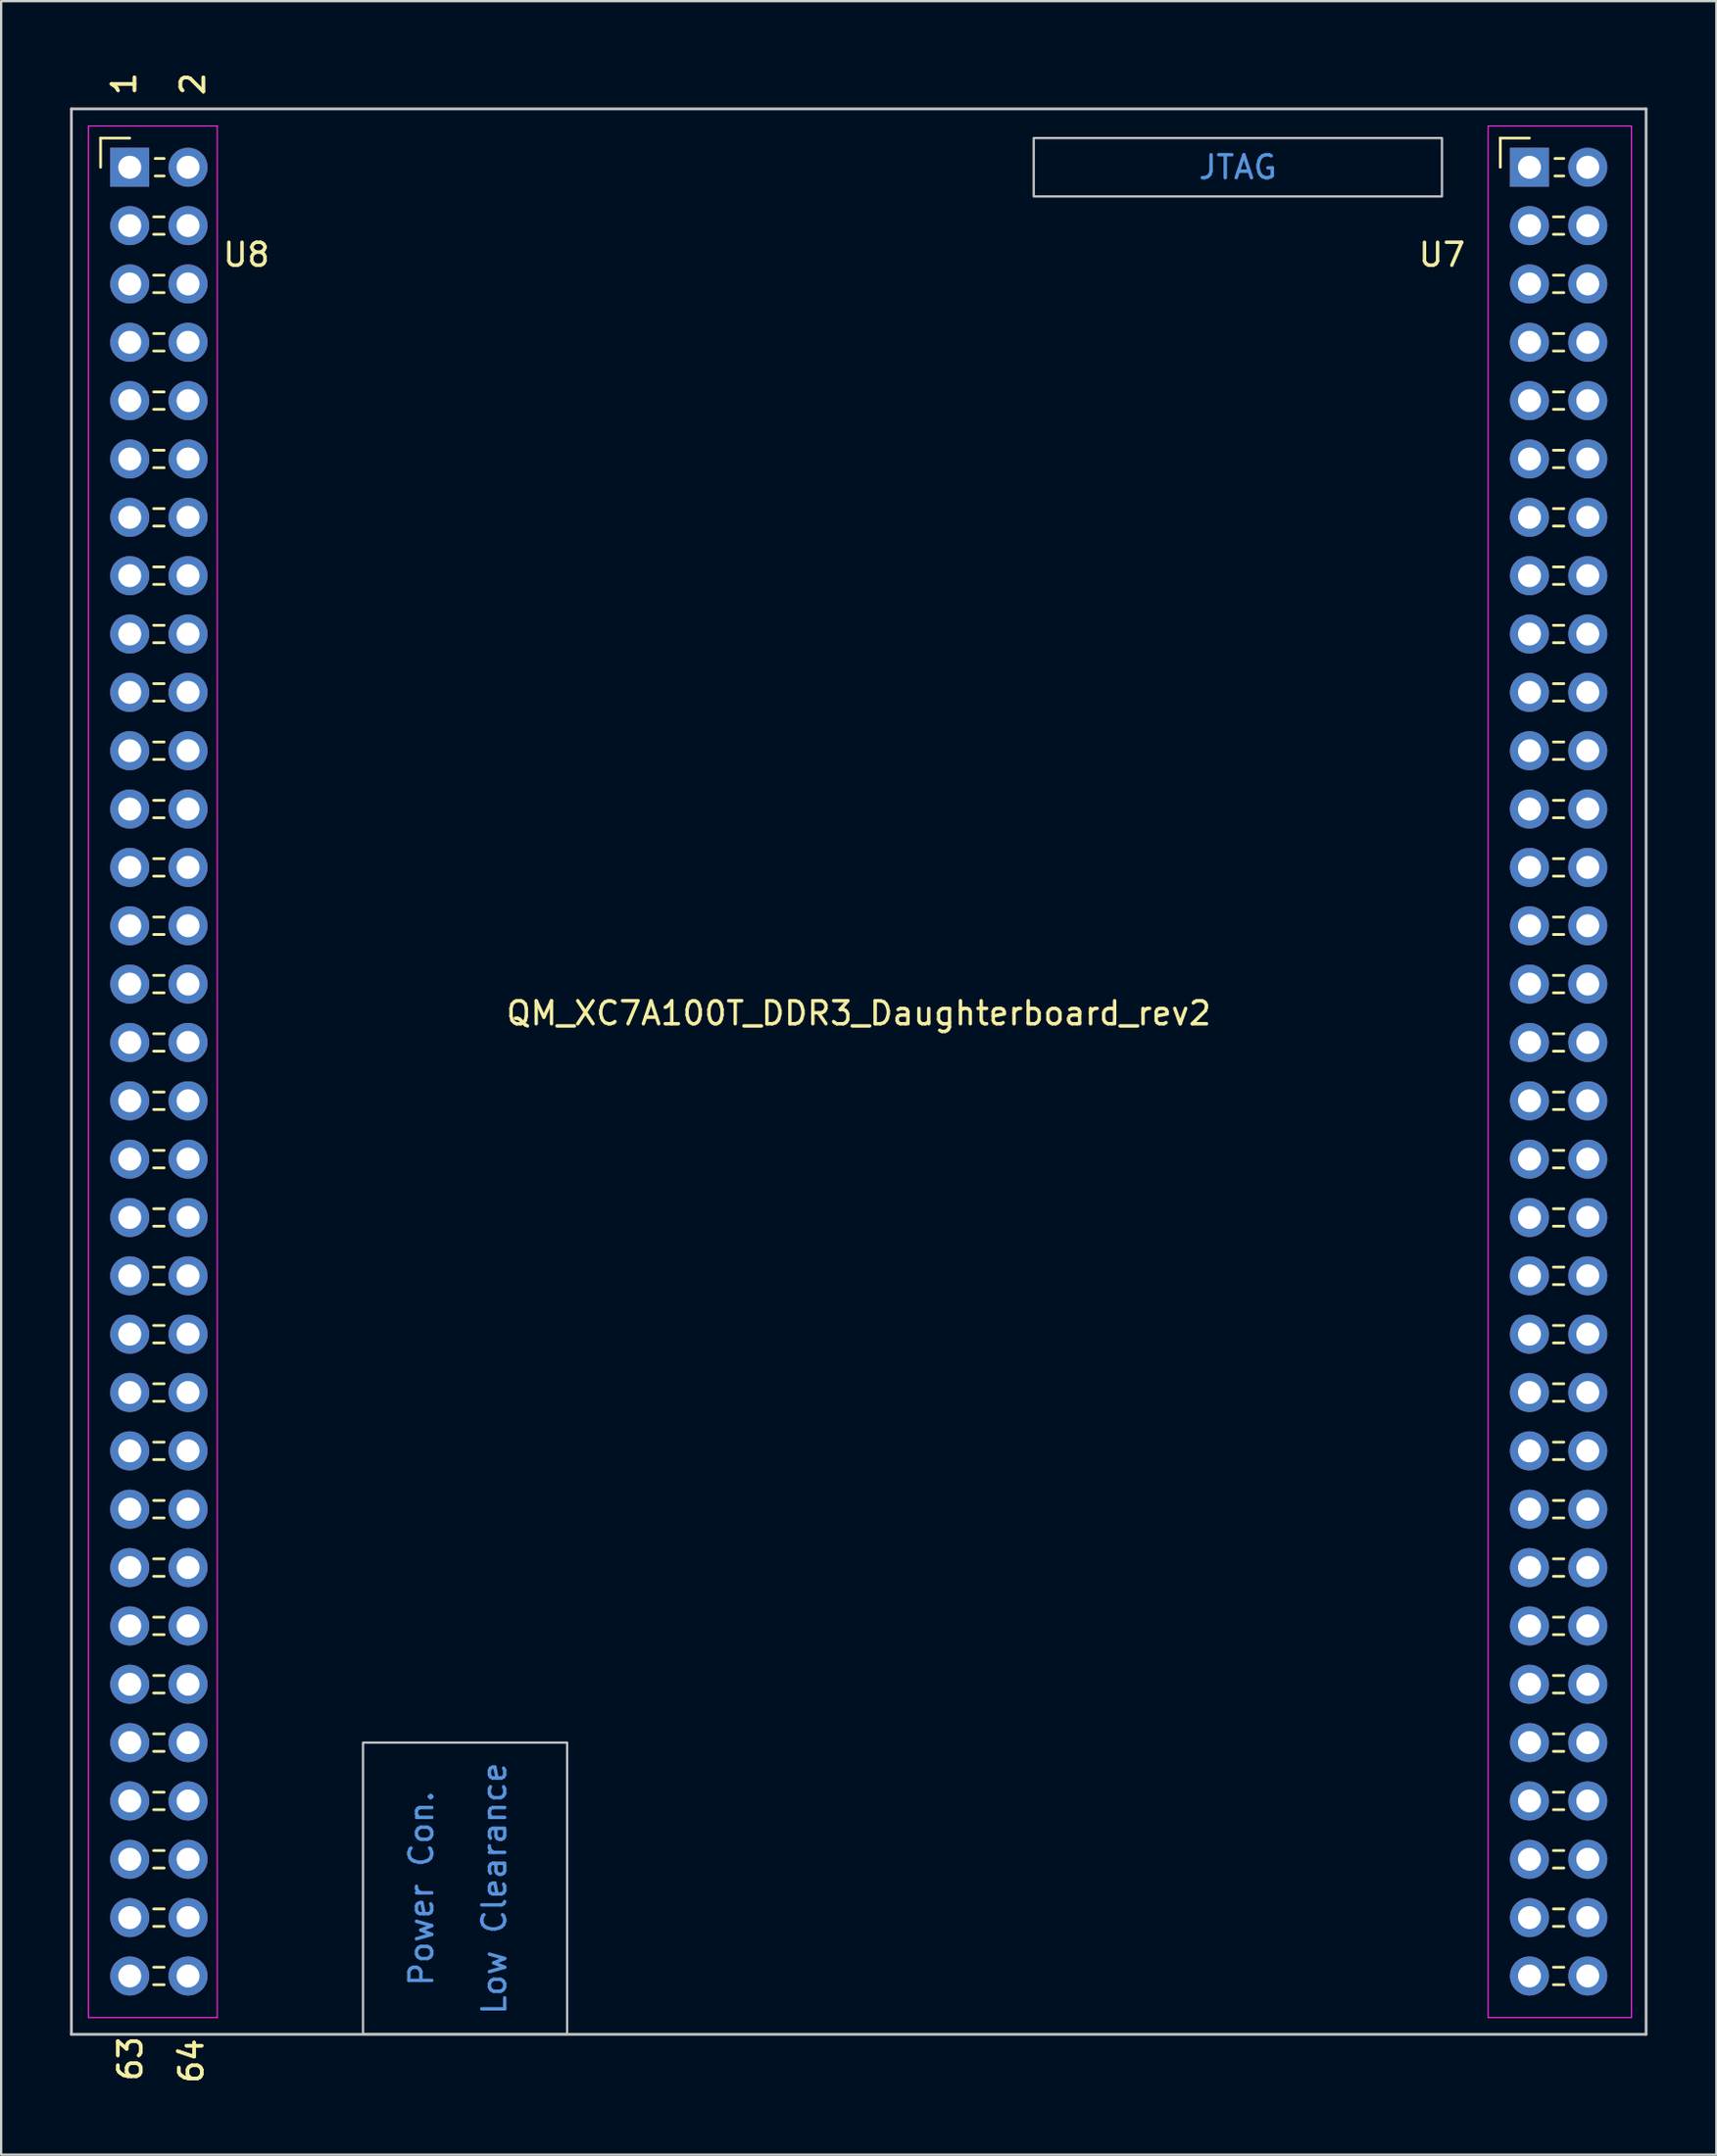
<source format=kicad_pcb>
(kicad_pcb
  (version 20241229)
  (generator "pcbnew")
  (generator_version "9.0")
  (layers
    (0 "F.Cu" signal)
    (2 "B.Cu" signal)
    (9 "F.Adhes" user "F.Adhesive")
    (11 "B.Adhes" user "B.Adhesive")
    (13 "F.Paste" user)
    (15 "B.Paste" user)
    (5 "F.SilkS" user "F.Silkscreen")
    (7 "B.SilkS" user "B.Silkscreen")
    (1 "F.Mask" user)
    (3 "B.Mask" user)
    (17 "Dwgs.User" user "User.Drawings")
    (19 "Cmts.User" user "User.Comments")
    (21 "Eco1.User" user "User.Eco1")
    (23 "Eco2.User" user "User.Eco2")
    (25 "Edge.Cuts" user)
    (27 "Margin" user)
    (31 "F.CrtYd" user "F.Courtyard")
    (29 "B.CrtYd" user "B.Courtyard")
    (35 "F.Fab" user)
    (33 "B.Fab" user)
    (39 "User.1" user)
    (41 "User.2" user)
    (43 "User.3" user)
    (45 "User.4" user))
  (footprint "QM_XC7A100T_DDR3_Daughterboard_rev2"
    (layer "F.Cu")
    (at 34.35 43.601)
    (property "Reference" "QM_XC7A100T_DDR3_Daughterboard_rev2" (at 0 -2.54 0) (layer "F.SilkS") (effects (font (size 1 1) (thickness 0.15))))
    (attr through_hole)
    (fp_line (start -33.02 -40.64) (end -31.75 -40.64) (stroke (width 0.12) (type solid)) (layer "F.SilkS"))
    (fp_line (start -33.02 -39.37) (end -33.02 -40.64) (stroke (width 0.12) (type solid)) (layer "F.SilkS"))
    (fp_line (start -30.707 -37.21) (end -30.253 -37.21) (stroke (width 0.12) (type solid)) (layer "F.SilkS"))
    (fp_line (start -30.707 -36.45) (end -30.253 -36.45) (stroke (width 0.12) (type solid)) (layer "F.SilkS"))
    (fp_line (start -30.707 -34.67) (end -30.253 -34.67) (stroke (width 0.12) (type solid)) (layer "F.SilkS"))
    (fp_line (start -30.707 -33.91) (end -30.253 -33.91) (stroke (width 0.12) (type solid)) (layer "F.SilkS"))
    (fp_line (start -30.707 -32.13) (end -30.253 -32.13) (stroke (width 0.12) (type solid)) (layer "F.SilkS"))
    (fp_line (start -30.707 -31.37) (end -30.253 -31.37) (stroke (width 0.12) (type solid)) (layer "F.SilkS"))
    (fp_line (start -30.707 -29.59) (end -30.253 -29.59) (stroke (width 0.12) (type solid)) (layer "F.SilkS"))
    (fp_line (start -30.707 -28.83) (end -30.253 -28.83) (stroke (width 0.12) (type solid)) (layer "F.SilkS"))
    (fp_line (start -30.707 -27.05) (end -30.253 -27.05) (stroke (width 0.12) (type solid)) (layer "F.SilkS"))
    (fp_line (start -30.707 -26.29) (end -30.253 -26.29) (stroke (width 0.12) (type solid)) (layer "F.SilkS"))
    (fp_line (start -30.707 -24.51) (end -30.253 -24.51) (stroke (width 0.12) (type solid)) (layer "F.SilkS"))
    (fp_line (start -30.707 -23.75) (end -30.253 -23.75) (stroke (width 0.12) (type solid)) (layer "F.SilkS"))
    (fp_line (start -30.707 -21.97) (end -30.253 -21.97) (stroke (width 0.12) (type solid)) (layer "F.SilkS"))
    (fp_line (start -30.707 -21.21) (end -30.253 -21.21) (stroke (width 0.12) (type solid)) (layer "F.SilkS"))
    (fp_line (start -30.707 -19.43) (end -30.253 -19.43) (stroke (width 0.12) (type solid)) (layer "F.SilkS"))
    (fp_line (start -30.707 -18.67) (end -30.253 -18.67) (stroke (width 0.12) (type solid)) (layer "F.SilkS"))
    (fp_line (start -30.707 -16.89) (end -30.253 -16.89) (stroke (width 0.12) (type solid)) (layer "F.SilkS"))
    (fp_line (start -30.707 -16.13) (end -30.253 -16.13) (stroke (width 0.12) (type solid)) (layer "F.SilkS"))
    (fp_line (start -30.707 -14.35) (end -30.253 -14.35) (stroke (width 0.12) (type solid)) (layer "F.SilkS"))
    (fp_line (start -30.707 -13.59) (end -30.253 -13.59) (stroke (width 0.12) (type solid)) (layer "F.SilkS"))
    (fp_line (start -30.707 -11.81) (end -30.253 -11.81) (stroke (width 0.12) (type solid)) (layer "F.SilkS"))
    (fp_line (start -30.707 -11.05) (end -30.253 -11.05) (stroke (width 0.12) (type solid)) (layer "F.SilkS"))
    (fp_line (start -30.707 -9.27) (end -30.253 -9.27) (stroke (width 0.12) (type solid)) (layer "F.SilkS"))
    (fp_line (start -30.707 -8.51) (end -30.253 -8.51) (stroke (width 0.12) (type solid)) (layer "F.SilkS"))
    (fp_line (start -30.707 -6.73) (end -30.253 -6.73) (stroke (width 0.12) (type solid)) (layer "F.SilkS"))
    (fp_line (start -30.707 -5.97) (end -30.253 -5.97) (stroke (width 0.12) (type solid)) (layer "F.SilkS"))
    (fp_line (start -30.707 -4.19) (end -30.253 -4.19) (stroke (width 0.12) (type solid)) (layer "F.SilkS"))
    (fp_line (start -30.707 -3.43) (end -30.253 -3.43) (stroke (width 0.12) (type solid)) (layer "F.SilkS"))
    (fp_line (start -30.707 -1.65) (end -30.253 -1.65) (stroke (width 0.12) (type solid)) (layer "F.SilkS"))
    (fp_line (start -30.707 -0.89) (end -30.253 -0.89) (stroke (width 0.12) (type solid)) (layer "F.SilkS"))
    (fp_line (start -30.707 0.89) (end -30.253 0.89) (stroke (width 0.12) (type solid)) (layer "F.SilkS"))
    (fp_line (start -30.707 1.65) (end -30.253 1.65) (stroke (width 0.12) (type solid)) (layer "F.SilkS"))
    (fp_line (start -30.707 3.43) (end -30.253 3.43) (stroke (width 0.12) (type solid)) (layer "F.SilkS"))
    (fp_line (start -30.707 4.19) (end -30.253 4.19) (stroke (width 0.12) (type solid)) (layer "F.SilkS"))
    (fp_line (start -30.707 5.97) (end -30.253 5.97) (stroke (width 0.12) (type solid)) (layer "F.SilkS"))
    (fp_line (start -30.707 6.73) (end -30.253 6.73) (stroke (width 0.12) (type solid)) (layer "F.SilkS"))
    (fp_line (start -30.707 8.51) (end -30.253 8.51) (stroke (width 0.12) (type solid)) (layer "F.SilkS"))
    (fp_line (start -30.707 9.27) (end -30.253 9.27) (stroke (width 0.12) (type solid)) (layer "F.SilkS"))
    (fp_line (start -30.707 11.05) (end -30.253 11.05) (stroke (width 0.12) (type solid)) (layer "F.SilkS"))
    (fp_line (start -30.707 11.81) (end -30.253 11.81) (stroke (width 0.12) (type solid)) (layer "F.SilkS"))
    (fp_line (start -30.707 13.59) (end -30.253 13.59) (stroke (width 0.12) (type solid)) (layer "F.SilkS"))
    (fp_line (start -30.707 14.35) (end -30.253 14.35) (stroke (width 0.12) (type solid)) (layer "F.SilkS"))
    (fp_line (start -30.707 16.13) (end -30.253 16.13) (stroke (width 0.12) (type solid)) (layer "F.SilkS"))
    (fp_line (start -30.707 16.89) (end -30.253 16.89) (stroke (width 0.12) (type solid)) (layer "F.SilkS"))
    (fp_line (start -30.707 18.67) (end -30.253 18.67) (stroke (width 0.12) (type solid)) (layer "F.SilkS"))
    (fp_line (start -30.707 19.43) (end -30.253 19.43) (stroke (width 0.12) (type solid)) (layer "F.SilkS"))
    (fp_line (start -30.707 21.21) (end -30.253 21.21) (stroke (width 0.12) (type solid)) (layer "F.SilkS"))
    (fp_line (start -30.707 21.97) (end -30.253 21.97) (stroke (width 0.12) (type solid)) (layer "F.SilkS"))
    (fp_line (start -30.707 23.75) (end -30.253 23.75) (stroke (width 0.12) (type solid)) (layer "F.SilkS"))
    (fp_line (start -30.707 24.51) (end -30.253 24.51) (stroke (width 0.12) (type solid)) (layer "F.SilkS"))
    (fp_line (start -30.707 26.29) (end -30.253 26.29) (stroke (width 0.12) (type solid)) (layer "F.SilkS"))
    (fp_line (start -30.707 27.05) (end -30.253 27.05) (stroke (width 0.12) (type solid)) (layer "F.SilkS"))
    (fp_line (start -30.707 28.83) (end -30.253 28.83) (stroke (width 0.12) (type solid)) (layer "F.SilkS"))
    (fp_line (start -30.707 29.59) (end -30.253 29.59) (stroke (width 0.12) (type solid)) (layer "F.SilkS"))
    (fp_line (start -30.707 31.37) (end -30.253 31.37) (stroke (width 0.12) (type solid)) (layer "F.SilkS"))
    (fp_line (start -30.707 32.13) (end -30.253 32.13) (stroke (width 0.12) (type solid)) (layer "F.SilkS"))
    (fp_line (start -30.707 33.91) (end -30.253 33.91) (stroke (width 0.12) (type solid)) (layer "F.SilkS"))
    (fp_line (start -30.707 34.67) (end -30.253 34.67) (stroke (width 0.12) (type solid)) (layer "F.SilkS"))
    (fp_line (start -30.707 36.45) (end -30.253 36.45) (stroke (width 0.12) (type solid)) (layer "F.SilkS"))
    (fp_line (start -30.707 37.21) (end -30.253 37.21) (stroke (width 0.12) (type solid)) (layer "F.SilkS"))
    (fp_line (start -30.707 38.99) (end -30.253 38.99) (stroke (width 0.12) (type solid)) (layer "F.SilkS"))
    (fp_line (start -30.707 39.75) (end -30.253 39.75) (stroke (width 0.12) (type solid)) (layer "F.SilkS"))
    (fp_line (start -30.64 -39.75) (end -30.253 -39.75) (stroke (width 0.12) (type solid)) (layer "F.SilkS"))
    (fp_line (start -30.64 -38.99) (end -30.253 -38.99) (stroke (width 0.12) (type solid)) (layer "F.SilkS"))
    (fp_line (start 27.94 -40.64) (end 29.21 -40.64) (stroke (width 0.12) (type solid)) (layer "F.SilkS"))
    (fp_line (start 27.94 -39.37) (end 27.94 -40.64) (stroke (width 0.12) (type solid)) (layer "F.SilkS"))
    (fp_line (start 30.253 -37.21) (end 30.707 -37.21) (stroke (width 0.12) (type solid)) (layer "F.SilkS"))
    (fp_line (start 30.253 -36.45) (end 30.707 -36.45) (stroke (width 0.12) (type solid)) (layer "F.SilkS"))
    (fp_line (start 30.253 -34.67) (end 30.707 -34.67) (stroke (width 0.12) (type solid)) (layer "F.SilkS"))
    (fp_line (start 30.253 -33.91) (end 30.707 -33.91) (stroke (width 0.12) (type solid)) (layer "F.SilkS"))
    (fp_line (start 30.253 -32.13) (end 30.707 -32.13) (stroke (width 0.12) (type solid)) (layer "F.SilkS"))
    (fp_line (start 30.253 -31.37) (end 30.707 -31.37) (stroke (width 0.12) (type solid)) (layer "F.SilkS"))
    (fp_line (start 30.253 -29.59) (end 30.707 -29.59) (stroke (width 0.12) (type solid)) (layer "F.SilkS"))
    (fp_line (start 30.253 -28.83) (end 30.707 -28.83) (stroke (width 0.12) (type solid)) (layer "F.SilkS"))
    (fp_line (start 30.253 -27.05) (end 30.707 -27.05) (stroke (width 0.12) (type solid)) (layer "F.SilkS"))
    (fp_line (start 30.253 -26.29) (end 30.707 -26.29) (stroke (width 0.12) (type solid)) (layer "F.SilkS"))
    (fp_line (start 30.253 -24.51) (end 30.707 -24.51) (stroke (width 0.12) (type solid)) (layer "F.SilkS"))
    (fp_line (start 30.253 -23.75) (end 30.707 -23.75) (stroke (width 0.12) (type solid)) (layer "F.SilkS"))
    (fp_line (start 30.253 -21.97) (end 30.707 -21.97) (stroke (width 0.12) (type solid)) (layer "F.SilkS"))
    (fp_line (start 30.253 -21.21) (end 30.707 -21.21) (stroke (width 0.12) (type solid)) (layer "F.SilkS"))
    (fp_line (start 30.253 -19.43) (end 30.707 -19.43) (stroke (width 0.12) (type solid)) (layer "F.SilkS"))
    (fp_line (start 30.253 -18.67) (end 30.707 -18.67) (stroke (width 0.12) (type solid)) (layer "F.SilkS"))
    (fp_line (start 30.253 -16.89) (end 30.707 -16.89) (stroke (width 0.12) (type solid)) (layer "F.SilkS"))
    (fp_line (start 30.253 -16.13) (end 30.707 -16.13) (stroke (width 0.12) (type solid)) (layer "F.SilkS"))
    (fp_line (start 30.253 -14.35) (end 30.707 -14.35) (stroke (width 0.12) (type solid)) (layer "F.SilkS"))
    (fp_line (start 30.253 -13.59) (end 30.707 -13.59) (stroke (width 0.12) (type solid)) (layer "F.SilkS"))
    (fp_line (start 30.253 -11.81) (end 30.707 -11.81) (stroke (width 0.12) (type solid)) (layer "F.SilkS"))
    (fp_line (start 30.253 -11.05) (end 30.707 -11.05) (stroke (width 0.12) (type solid)) (layer "F.SilkS"))
    (fp_line (start 30.253 -9.27) (end 30.707 -9.27) (stroke (width 0.12) (type solid)) (layer "F.SilkS"))
    (fp_line (start 30.253 -8.51) (end 30.707 -8.51) (stroke (width 0.12) (type solid)) (layer "F.SilkS"))
    (fp_line (start 30.253 -6.73) (end 30.707 -6.73) (stroke (width 0.12) (type solid)) (layer "F.SilkS"))
    (fp_line (start 30.253 -5.97) (end 30.707 -5.97) (stroke (width 0.12) (type solid)) (layer "F.SilkS"))
    (fp_line (start 30.253 -4.19) (end 30.707 -4.19) (stroke (width 0.12) (type solid)) (layer "F.SilkS"))
    (fp_line (start 30.253 -3.43) (end 30.707 -3.43) (stroke (width 0.12) (type solid)) (layer "F.SilkS"))
    (fp_line (start 30.253 -1.65) (end 30.707 -1.65) (stroke (width 0.12) (type solid)) (layer "F.SilkS"))
    (fp_line (start 30.253 -0.89) (end 30.707 -0.89) (stroke (width 0.12) (type solid)) (layer "F.SilkS"))
    (fp_line (start 30.253 0.89) (end 30.707 0.89) (stroke (width 0.12) (type solid)) (layer "F.SilkS"))
    (fp_line (start 30.253 1.65) (end 30.707 1.65) (stroke (width 0.12) (type solid)) (layer "F.SilkS"))
    (fp_line (start 30.253 3.43) (end 30.707 3.43) (stroke (width 0.12) (type solid)) (layer "F.SilkS"))
    (fp_line (start 30.253 4.19) (end 30.707 4.19) (stroke (width 0.12) (type solid)) (layer "F.SilkS"))
    (fp_line (start 30.253 5.97) (end 30.707 5.97) (stroke (width 0.12) (type solid)) (layer "F.SilkS"))
    (fp_line (start 30.253 6.73) (end 30.707 6.73) (stroke (width 0.12) (type solid)) (layer "F.SilkS"))
    (fp_line (start 30.253 8.51) (end 30.707 8.51) (stroke (width 0.12) (type solid)) (layer "F.SilkS"))
    (fp_line (start 30.253 9.27) (end 30.707 9.27) (stroke (width 0.12) (type solid)) (layer "F.SilkS"))
    (fp_line (start 30.253 11.05) (end 30.707 11.05) (stroke (width 0.12) (type solid)) (layer "F.SilkS"))
    (fp_line (start 30.253 11.81) (end 30.707 11.81) (stroke (width 0.12) (type solid)) (layer "F.SilkS"))
    (fp_line (start 30.253 13.59) (end 30.707 13.59) (stroke (width 0.12) (type solid)) (layer "F.SilkS"))
    (fp_line (start 30.253 14.35) (end 30.707 14.35) (stroke (width 0.12) (type solid)) (layer "F.SilkS"))
    (fp_line (start 30.253 16.13) (end 30.707 16.13) (stroke (width 0.12) (type solid)) (layer "F.SilkS"))
    (fp_line (start 30.253 16.89) (end 30.707 16.89) (stroke (width 0.12) (type solid)) (layer "F.SilkS"))
    (fp_line (start 30.253 18.67) (end 30.707 18.67) (stroke (width 0.12) (type solid)) (layer "F.SilkS"))
    (fp_line (start 30.253 19.43) (end 30.707 19.43) (stroke (width 0.12) (type solid)) (layer "F.SilkS"))
    (fp_line (start 30.253 21.21) (end 30.707 21.21) (stroke (width 0.12) (type solid)) (layer "F.SilkS"))
    (fp_line (start 30.253 21.97) (end 30.707 21.97) (stroke (width 0.12) (type solid)) (layer "F.SilkS"))
    (fp_line (start 30.253 23.75) (end 30.707 23.75) (stroke (width 0.12) (type solid)) (layer "F.SilkS"))
    (fp_line (start 30.253 24.51) (end 30.707 24.51) (stroke (width 0.12) (type solid)) (layer "F.SilkS"))
    (fp_line (start 30.253 26.29) (end 30.707 26.29) (stroke (width 0.12) (type solid)) (layer "F.SilkS"))
    (fp_line (start 30.253 27.05) (end 30.707 27.05) (stroke (width 0.12) (type solid)) (layer "F.SilkS"))
    (fp_line (start 30.253 28.83) (end 30.707 28.83) (stroke (width 0.12) (type solid)) (layer "F.SilkS"))
    (fp_line (start 30.253 29.59) (end 30.707 29.59) (stroke (width 0.12) (type solid)) (layer "F.SilkS"))
    (fp_line (start 30.253 31.37) (end 30.707 31.37) (stroke (width 0.12) (type solid)) (layer "F.SilkS"))
    (fp_line (start 30.253 32.13) (end 30.707 32.13) (stroke (width 0.12) (type solid)) (layer "F.SilkS"))
    (fp_line (start 30.253 33.91) (end 30.707 33.91) (stroke (width 0.12) (type solid)) (layer "F.SilkS"))
    (fp_line (start 30.253 34.67) (end 30.707 34.67) (stroke (width 0.12) (type solid)) (layer "F.SilkS"))
    (fp_line (start 30.253 36.45) (end 30.707 36.45) (stroke (width 0.12) (type solid)) (layer "F.SilkS"))
    (fp_line (start 30.253 37.21) (end 30.707 37.21) (stroke (width 0.12) (type solid)) (layer "F.SilkS"))
    (fp_line (start 30.253 38.99) (end 30.707 38.99) (stroke (width 0.12) (type solid)) (layer "F.SilkS"))
    (fp_line (start 30.253 39.75) (end 30.707 39.75) (stroke (width 0.12) (type solid)) (layer "F.SilkS"))
    (fp_line (start 30.32 -39.75) (end 30.707 -39.75) (stroke (width 0.12) (type solid)) (layer "F.SilkS"))
    (fp_line (start 30.32 -38.99) (end 30.707 -38.99) (stroke (width 0.12) (type solid)) (layer "F.SilkS"))
    (fp_line (start -34.29 -41.91) (end 34.29 -41.91) (stroke (width 0.12) (type solid)) (layer "Dwgs.User"))
    (fp_line (start -34.29 41.91) (end -34.29 -41.91) (stroke (width 0.12) (type solid)) (layer "Dwgs.User"))
    (fp_line (start 34.29 -41.91) (end 34.29 41.91) (stroke (width 0.12) (type solid)) (layer "Dwgs.User"))
    (fp_line (start 34.29 41.91) (end -34.29 41.91) (stroke (width 0.12) (type solid)) (layer "Dwgs.User"))
    (fp_poly (pts (xy -21.59 41.91) (xy -21.59 29.21) (xy -12.7 29.21) (xy -12.7 41.91)) (stroke (width 0.1) (type solid)) (fill no) (layer "Dwgs.User"))
    (fp_poly (pts (xy 25.4 -40.64) (xy 7.62 -40.64) (xy 7.62 -38.1) (xy 25.4 -38.1)) (stroke (width 0.1) (type solid)) (fill no) (layer "Dwgs.User"))
    (fp_line (start -33.55 -41.17) (end -33.55 41.18) (stroke (width 0.05) (type solid)) (layer "F.CrtYd"))
    (fp_line (start -33.55 41.18) (end -27.94 41.18) (stroke (width 0.05) (type solid)) (layer "F.CrtYd"))
    (fp_line (start -27.94 -41.17) (end -33.55 -41.17) (stroke (width 0.05) (type solid)) (layer "F.CrtYd"))
    (fp_line (start -27.94 41.18) (end -27.94 -41.17) (stroke (width 0.05) (type solid)) (layer "F.CrtYd"))
    (fp_line (start 27.41 -41.17) (end 27.41 41.18) (stroke (width 0.05) (type solid)) (layer "F.CrtYd"))
    (fp_line (start 27.41 41.18) (end 33.655 41.18) (stroke (width 0.05) (type solid)) (layer "F.CrtYd"))
    (fp_line (start 33.655 -41.17) (end 27.41 -41.17) (stroke (width 0.05) (type solid)) (layer "F.CrtYd"))
    (fp_line (start 33.655 41.18) (end 33.655 -41.17) (stroke (width 0.05) (type solid)) (layer "F.CrtYd"))
    (fp_text user "U7" (at 25.4 -35.56 0) (layer "F.SilkS") (effects (font (size 1 1) (thickness 0.15))))
    (fp_text user "1" (at -32 -43 90) (layer "F.SilkS") (effects (font (size 1 1) (thickness 0.15))))
    (fp_text user "U8" (at -26.67 -35.56 0) (layer "F.SilkS") (effects (font (size 1 1) (thickness 0.15))))
    (fp_text user "63" (at -31.72 42.97 90) (layer "F.SilkS") (effects (font (size 1 1) (thickness 0.15))))
    (fp_text user "63" (at -31.72 42.97 90) (layer "F.SilkS") (effects (font (size 1 1) (thickness 0.15))))
    (fp_text user "2" (at -29 -43 90) (layer "F.SilkS") (effects (font (size 1 1) (thickness 0.15))))
    (fp_text user "1" (at -32 -43 90) (layer "F.SilkS") (effects (font (size 1 1) (thickness 0.15))))
    (fp_text user "2" (at -29 -43 90) (layer "F.SilkS") (effects (font (size 1 1) (thickness 0.15))))
    (fp_text user "64" (at -29.07 43.07 90) (layer "F.SilkS") (effects (font (size 1 1) (thickness 0.15))))
    (fp_text user "64" (at -29.07 43.07 90) (layer "F.SilkS") (effects (font (size 1 1) (thickness 0.15))))
    (fp_text user "Low Clearance" (at -15.875 35.56 90) (layer "Cmts.User") (effects (font (size 1 1) (thickness 0.15))))
    (fp_text user "Power Con." (at -19.05 35.56 90) (layer "Cmts.User") (effects (font (size 1 1) (thickness 0.15))))
    (fp_text user "JTAG" (at 16.51 -39.37 0) (layer "Cmts.User") (effects (font (size 1 1) (thickness 0.15))))
    (pad "U201" thru_hole rect (at -31.75 -39.37) (size 1.7 1.7) (drill 1) (layers "*.Cu" "*.Mask"))
    (pad "U202" thru_hole oval (at -29.21 -39.37) (size 1.7 1.7) (drill 1) (layers "*.Cu" "*.Mask"))
    (pad "U203" thru_hole oval (at -31.75 -36.83) (size 1.7 1.7) (drill 1) (layers "*.Cu" "*.Mask"))
    (pad "U204" thru_hole oval (at -29.21 -36.83) (size 1.7 1.7) (drill 1) (layers "*.Cu" "*.Mask"))
    (pad "U205" thru_hole oval (at -31.75 -34.29) (size 1.7 1.7) (drill 1) (layers "*.Cu" "*.Mask"))
    (pad "U206" thru_hole oval (at -29.21 -34.29) (size 1.7 1.7) (drill 1) (layers "*.Cu" "*.Mask"))
    (pad "U207" thru_hole oval (at -31.75 -31.75) (size 1.7 1.7) (drill 1) (layers "*.Cu" "*.Mask"))
    (pad "U208" thru_hole oval (at -29.21 -31.75) (size 1.7 1.7) (drill 1) (layers "*.Cu" "*.Mask"))
    (pad "U209" thru_hole oval (at -31.75 -29.21) (size 1.7 1.7) (drill 1) (layers "*.Cu" "*.Mask"))
    (pad "U210" thru_hole oval (at -29.21 -29.21) (size 1.7 1.7) (drill 1) (layers "*.Cu" "*.Mask"))
    (pad "U211" thru_hole oval (at -31.75 -26.67) (size 1.7 1.7) (drill 1) (layers "*.Cu" "*.Mask"))
    (pad "U212" thru_hole oval (at -29.21 -26.67) (size 1.7 1.7) (drill 1) (layers "*.Cu" "*.Mask"))
    (pad "U213" thru_hole oval (at -31.75 -24.13) (size 1.7 1.7) (drill 1) (layers "*.Cu" "*.Mask"))
    (pad "U214" thru_hole oval (at -29.21 -24.13) (size 1.7 1.7) (drill 1) (layers "*.Cu" "*.Mask"))
    (pad "U215" thru_hole oval (at -31.75 -21.59) (size 1.7 1.7) (drill 1) (layers "*.Cu" "*.Mask"))
    (pad "U216" thru_hole oval (at -29.21 -21.59) (size 1.7 1.7) (drill 1) (layers "*.Cu" "*.Mask"))
    (pad "U217" thru_hole oval (at -31.75 -19.05) (size 1.7 1.7) (drill 1) (layers "*.Cu" "*.Mask"))
    (pad "U218" thru_hole oval (at -29.21 -19.05) (size 1.7 1.7) (drill 1) (layers "*.Cu" "*.Mask"))
    (pad "U219" thru_hole oval (at -31.75 -16.51) (size 1.7 1.7) (drill 1) (layers "*.Cu" "*.Mask"))
    (pad "U220" thru_hole oval (at -29.21 -16.51) (size 1.7 1.7) (drill 1) (layers "*.Cu" "*.Mask"))
    (pad "U221" thru_hole oval (at -31.75 -13.97) (size 1.7 1.7) (drill 1) (layers "*.Cu" "*.Mask"))
    (pad "U222" thru_hole oval (at -29.21 -13.97) (size 1.7 1.7) (drill 1) (layers "*.Cu" "*.Mask"))
    (pad "U223" thru_hole oval (at -31.75 -11.43) (size 1.7 1.7) (drill 1) (layers "*.Cu" "*.Mask"))
    (pad "U224" thru_hole oval (at -29.21 -11.43) (size 1.7 1.7) (drill 1) (layers "*.Cu" "*.Mask"))
    (pad "U225" thru_hole oval (at -31.75 -8.89) (size 1.7 1.7) (drill 1) (layers "*.Cu" "*.Mask"))
    (pad "U226" thru_hole oval (at -29.21 -8.89) (size 1.7 1.7) (drill 1) (layers "*.Cu" "*.Mask"))
    (pad "U227" thru_hole oval (at -31.75 -6.35) (size 1.7 1.7) (drill 1) (layers "*.Cu" "*.Mask"))
    (pad "U228" thru_hole oval (at -29.21 -6.35) (size 1.7 1.7) (drill 1) (layers "*.Cu" "*.Mask"))
    (pad "U229" thru_hole oval (at -31.75 -3.81) (size 1.7 1.7) (drill 1) (layers "*.Cu" "*.Mask"))
    (pad "U230" thru_hole oval (at -29.21 -3.81) (size 1.7 1.7) (drill 1) (layers "*.Cu" "*.Mask"))
    (pad "U231" thru_hole oval (at -31.75 -1.27) (size 1.7 1.7) (drill 1) (layers "*.Cu" "*.Mask"))
    (pad "U232" thru_hole oval (at -29.21 -1.27) (size 1.7 1.7) (drill 1) (layers "*.Cu" "*.Mask"))
    (pad "U233" thru_hole oval (at -31.75 1.27) (size 1.7 1.7) (drill 1) (layers "*.Cu" "*.Mask"))
    (pad "U234" thru_hole oval (at -29.21 1.27) (size 1.7 1.7) (drill 1) (layers "*.Cu" "*.Mask"))
    (pad "U235" thru_hole oval (at -31.75 3.81) (size 1.7 1.7) (drill 1) (layers "*.Cu" "*.Mask"))
    (pad "U236" thru_hole oval (at -29.21 3.81) (size 1.7 1.7) (drill 1) (layers "*.Cu" "*.Mask"))
    (pad "U237" thru_hole oval (at -31.75 6.35) (size 1.7 1.7) (drill 1) (layers "*.Cu" "*.Mask"))
    (pad "U238" thru_hole oval (at -29.21 6.35) (size 1.7 1.7) (drill 1) (layers "*.Cu" "*.Mask"))
    (pad "U239" thru_hole oval (at -31.75 8.89) (size 1.7 1.7) (drill 1) (layers "*.Cu" "*.Mask"))
    (pad "U240" thru_hole oval (at -29.21 8.89) (size 1.7 1.7) (drill 1) (layers "*.Cu" "*.Mask"))
    (pad "U241" thru_hole oval (at -31.75 11.43) (size 1.7 1.7) (drill 1) (layers "*.Cu" "*.Mask"))
    (pad "U242" thru_hole oval (at -29.21 11.43) (size 1.7 1.7) (drill 1) (layers "*.Cu" "*.Mask"))
    (pad "U243" thru_hole oval (at -31.75 13.97) (size 1.7 1.7) (drill 1) (layers "*.Cu" "*.Mask"))
    (pad "U244" thru_hole oval (at -29.21 13.97) (size 1.7 1.7) (drill 1) (layers "*.Cu" "*.Mask"))
    (pad "U245" thru_hole oval (at -31.75 16.51) (size 1.7 1.7) (drill 1) (layers "*.Cu" "*.Mask"))
    (pad "U246" thru_hole oval (at -29.21 16.51) (size 1.7 1.7) (drill 1) (layers "*.Cu" "*.Mask"))
    (pad "U247" thru_hole oval (at -31.75 19.05) (size 1.7 1.7) (drill 1) (layers "*.Cu" "*.Mask"))
    (pad "U248" thru_hole oval (at -29.21 19.05) (size 1.7 1.7) (drill 1) (layers "*.Cu" "*.Mask"))
    (pad "U249" thru_hole oval (at -31.75 21.59) (size 1.7 1.7) (drill 1) (layers "*.Cu" "*.Mask"))
    (pad "U250" thru_hole oval (at -29.21 21.59) (size 1.7 1.7) (drill 1) (layers "*.Cu" "*.Mask"))
    (pad "U251" thru_hole oval (at -31.75 24.13) (size 1.7 1.7) (drill 1) (layers "*.Cu" "*.Mask"))
    (pad "U252" thru_hole oval (at -29.21 24.13) (size 1.7 1.7) (drill 1) (layers "*.Cu" "*.Mask"))
    (pad "U253" thru_hole oval (at -31.75 26.67) (size 1.7 1.7) (drill 1) (layers "*.Cu" "*.Mask"))
    (pad "U254" thru_hole oval (at -29.21 26.67) (size 1.7 1.7) (drill 1) (layers "*.Cu" "*.Mask"))
    (pad "U255" thru_hole oval (at -31.75 29.21) (size 1.7 1.7) (drill 1) (layers "*.Cu" "*.Mask"))
    (pad "U256" thru_hole oval (at -29.21 29.21) (size 1.7 1.7) (drill 1) (layers "*.Cu" "*.Mask"))
    (pad "U257" thru_hole oval (at -31.75 31.75) (size 1.7 1.7) (drill 1) (layers "*.Cu" "*.Mask"))
    (pad "U258" thru_hole oval (at -29.21 31.75) (size 1.7 1.7) (drill 1) (layers "*.Cu" "*.Mask"))
    (pad "U259" thru_hole oval (at -31.75 34.29) (size 1.7 1.7) (drill 1) (layers "*.Cu" "*.Mask"))
    (pad "U260" thru_hole oval (at -29.21 34.29) (size 1.7 1.7) (drill 1) (layers "*.Cu" "*.Mask"))
    (pad "U261" thru_hole oval (at -31.75 36.83) (size 1.7 1.7) (drill 1) (layers "*.Cu" "*.Mask"))
    (pad "U262" thru_hole oval (at -29.21 36.83) (size 1.7 1.7) (drill 1) (layers "*.Cu" "*.Mask"))
    (pad "U263" thru_hole oval (at -31.75 39.37) (size 1.7 1.7) (drill 1) (layers "*.Cu" "*.Mask"))
    (pad "U264" thru_hole oval (at -29.21 39.37) (size 1.7 1.7) (drill 1) (layers "*.Cu" "*.Mask"))
    (pad "U401" thru_hole rect (at 29.21 -39.37) (size 1.7 1.7) (drill 1) (layers "*.Cu" "*.Mask"))
    (pad "U402" thru_hole oval (at 31.75 -39.37) (size 1.7 1.7) (drill 1) (layers "*.Cu" "*.Mask"))
    (pad "U403" thru_hole oval (at 29.21 -36.83) (size 1.7 1.7) (drill 1) (layers "*.Cu" "*.Mask"))
    (pad "U404" thru_hole oval (at 31.75 -36.83) (size 1.7 1.7) (drill 1) (layers "*.Cu" "*.Mask"))
    (pad "U405" thru_hole oval (at 29.21 -34.29) (size 1.7 1.7) (drill 1) (layers "*.Cu" "*.Mask"))
    (pad "U406" thru_hole oval (at 31.75 -34.29) (size 1.7 1.7) (drill 1) (layers "*.Cu" "*.Mask"))
    (pad "U407" thru_hole oval (at 29.21 -31.75) (size 1.7 1.7) (drill 1) (layers "*.Cu" "*.Mask"))
    (pad "U408" thru_hole oval (at 31.75 -31.75) (size 1.7 1.7) (drill 1) (layers "*.Cu" "*.Mask"))
    (pad "U409" thru_hole oval (at 29.21 -29.21) (size 1.7 1.7) (drill 1) (layers "*.Cu" "*.Mask"))
    (pad "U410" thru_hole oval (at 31.75 -29.21) (size 1.7 1.7) (drill 1) (layers "*.Cu" "*.Mask"))
    (pad "U411" thru_hole oval (at 29.21 -26.67) (size 1.7 1.7) (drill 1) (layers "*.Cu" "*.Mask"))
    (pad "U412" thru_hole oval (at 31.75 -26.67) (size 1.7 1.7) (drill 1) (layers "*.Cu" "*.Mask"))
    (pad "U413" thru_hole oval (at 29.21 -24.13) (size 1.7 1.7) (drill 1) (layers "*.Cu" "*.Mask"))
    (pad "U414" thru_hole oval (at 31.75 -24.13) (size 1.7 1.7) (drill 1) (layers "*.Cu" "*.Mask"))
    (pad "U415" thru_hole oval (at 29.21 -21.59) (size 1.7 1.7) (drill 1) (layers "*.Cu" "*.Mask"))
    (pad "U416" thru_hole oval (at 31.75 -21.59) (size 1.7 1.7) (drill 1) (layers "*.Cu" "*.Mask"))
    (pad "U417" thru_hole oval (at 29.21 -19.05) (size 1.7 1.7) (drill 1) (layers "*.Cu" "*.Mask"))
    (pad "U418" thru_hole oval (at 31.75 -19.05) (size 1.7 1.7) (drill 1) (layers "*.Cu" "*.Mask"))
    (pad "U419" thru_hole oval (at 29.21 -16.51) (size 1.7 1.7) (drill 1) (layers "*.Cu" "*.Mask"))
    (pad "U420" thru_hole oval (at 31.75 -16.51) (size 1.7 1.7) (drill 1) (layers "*.Cu" "*.Mask"))
    (pad "U421" thru_hole oval (at 29.21 -13.97) (size 1.7 1.7) (drill 1) (layers "*.Cu" "*.Mask"))
    (pad "U422" thru_hole oval (at 31.75 -13.97) (size 1.7 1.7) (drill 1) (layers "*.Cu" "*.Mask"))
    (pad "U423" thru_hole oval (at 29.21 -11.43) (size 1.7 1.7) (drill 1) (layers "*.Cu" "*.Mask"))
    (pad "U424" thru_hole oval (at 31.75 -11.43) (size 1.7 1.7) (drill 1) (layers "*.Cu" "*.Mask"))
    (pad "U425" thru_hole oval (at 29.21 -8.89) (size 1.7 1.7) (drill 1) (layers "*.Cu" "*.Mask"))
    (pad "U426" thru_hole oval (at 31.75 -8.89) (size 1.7 1.7) (drill 1) (layers "*.Cu" "*.Mask"))
    (pad "U427" thru_hole oval (at 29.21 -6.35) (size 1.7 1.7) (drill 1) (layers "*.Cu" "*.Mask"))
    (pad "U428" thru_hole oval (at 31.75 -6.35) (size 1.7 1.7) (drill 1) (layers "*.Cu" "*.Mask"))
    (pad "U429" thru_hole oval (at 29.21 -3.81) (size 1.7 1.7) (drill 1) (layers "*.Cu" "*.Mask"))
    (pad "U430" thru_hole oval (at 31.75 -3.81) (size 1.7 1.7) (drill 1) (layers "*.Cu" "*.Mask"))
    (pad "U431" thru_hole oval (at 29.21 -1.27) (size 1.7 1.7) (drill 1) (layers "*.Cu" "*.Mask"))
    (pad "U432" thru_hole oval (at 31.75 -1.27) (size 1.7 1.7) (drill 1) (layers "*.Cu" "*.Mask"))
    (pad "U433" thru_hole oval (at 29.21 1.27) (size 1.7 1.7) (drill 1) (layers "*.Cu" "*.Mask"))
    (pad "U434" thru_hole oval (at 31.75 1.27) (size 1.7 1.7) (drill 1) (layers "*.Cu" "*.Mask"))
    (pad "U435" thru_hole oval (at 29.21 3.81) (size 1.7 1.7) (drill 1) (layers "*.Cu" "*.Mask"))
    (pad "U436" thru_hole oval (at 31.75 3.81) (size 1.7 1.7) (drill 1) (layers "*.Cu" "*.Mask"))
    (pad "U437" thru_hole oval (at 29.21 6.35) (size 1.7 1.7) (drill 1) (layers "*.Cu" "*.Mask"))
    (pad "U438" thru_hole oval (at 31.75 6.35) (size 1.7 1.7) (drill 1) (layers "*.Cu" "*.Mask"))
    (pad "U439" thru_hole oval (at 29.21 8.89) (size 1.7 1.7) (drill 1) (layers "*.Cu" "*.Mask"))
    (pad "U440" thru_hole oval (at 31.75 8.89) (size 1.7 1.7) (drill 1) (layers "*.Cu" "*.Mask"))
    (pad "U441" thru_hole oval (at 29.21 11.43) (size 1.7 1.7) (drill 1) (layers "*.Cu" "*.Mask"))
    (pad "U442" thru_hole oval (at 31.75 11.43) (size 1.7 1.7) (drill 1) (layers "*.Cu" "*.Mask"))
    (pad "U443" thru_hole oval (at 29.21 13.97) (size 1.7 1.7) (drill 1) (layers "*.Cu" "*.Mask"))
    (pad "U444" thru_hole oval (at 31.75 13.97) (size 1.7 1.7) (drill 1) (layers "*.Cu" "*.Mask"))
    (pad "U445" thru_hole oval (at 29.21 16.51) (size 1.7 1.7) (drill 1) (layers "*.Cu" "*.Mask"))
    (pad "U446" thru_hole oval (at 31.75 16.51) (size 1.7 1.7) (drill 1) (layers "*.Cu" "*.Mask"))
    (pad "U447" thru_hole oval (at 29.21 19.05) (size 1.7 1.7) (drill 1) (layers "*.Cu" "*.Mask"))
    (pad "U448" thru_hole oval (at 31.75 19.05) (size 1.7 1.7) (drill 1) (layers "*.Cu" "*.Mask"))
    (pad "U449" thru_hole oval (at 29.21 21.59) (size 1.7 1.7) (drill 1) (layers "*.Cu" "*.Mask"))
    (pad "U450" thru_hole oval (at 31.75 21.59) (size 1.7 1.7) (drill 1) (layers "*.Cu" "*.Mask"))
    (pad "U451" thru_hole oval (at 29.21 24.13) (size 1.7 1.7) (drill 1) (layers "*.Cu" "*.Mask"))
    (pad "U452" thru_hole oval (at 31.75 24.13) (size 1.7 1.7) (drill 1) (layers "*.Cu" "*.Mask"))
    (pad "U453" thru_hole oval (at 29.21 26.67) (size 1.7 1.7) (drill 1) (layers "*.Cu" "*.Mask"))
    (pad "U454" thru_hole oval (at 31.75 26.67) (size 1.7 1.7) (drill 1) (layers "*.Cu" "*.Mask"))
    (pad "U455" thru_hole oval (at 29.21 29.21) (size 1.7 1.7) (drill 1) (layers "*.Cu" "*.Mask"))
    (pad "U456" thru_hole oval (at 31.75 29.21) (size 1.7 1.7) (drill 1) (layers "*.Cu" "*.Mask"))
    (pad "U457" thru_hole oval (at 29.21 31.75) (size 1.7 1.7) (drill 1) (layers "*.Cu" "*.Mask"))
    (pad "U458" thru_hole oval (at 31.75 31.75) (size 1.7 1.7) (drill 1) (layers "*.Cu" "*.Mask"))
    (pad "U459" thru_hole oval (at 29.21 34.29) (size 1.7 1.7) (drill 1) (layers "*.Cu" "*.Mask"))
    (pad "U460" thru_hole oval (at 31.75 34.29) (size 1.7 1.7) (drill 1) (layers "*.Cu" "*.Mask"))
    (pad "U461" thru_hole oval (at 29.21 36.83) (size 1.7 1.7) (drill 1) (layers "*.Cu" "*.Mask"))
    (pad "U462" thru_hole oval (at 31.75 36.83) (size 1.7 1.7) (drill 1) (layers "*.Cu" "*.Mask"))
    (pad "U463" thru_hole oval (at 29.21 39.37) (size 1.7 1.7) (drill 1) (layers "*.Cu" "*.Mask"))
    (pad "U464" thru_hole oval (at 31.75 39.37) (size 1.7 1.7) (drill 1) (layers "*.Cu" "*.Mask")))
  (gr_rect
    (start -3 -3)
    (end 71.7 90.749)
    (stroke (width 0.1) (type default))
    (fill no)
    (layer "Edge.Cuts")))
</source>
